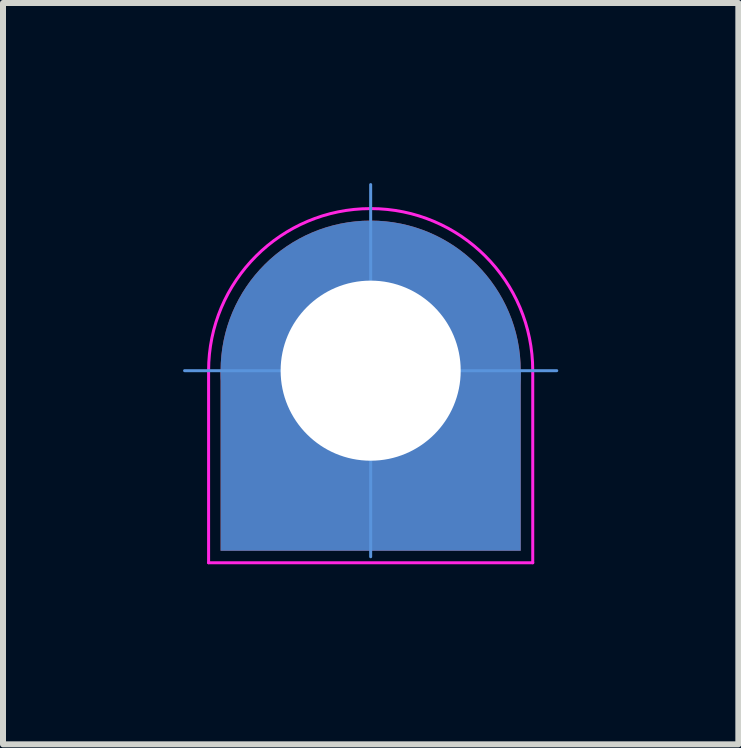
<source format=kicad_pcb>
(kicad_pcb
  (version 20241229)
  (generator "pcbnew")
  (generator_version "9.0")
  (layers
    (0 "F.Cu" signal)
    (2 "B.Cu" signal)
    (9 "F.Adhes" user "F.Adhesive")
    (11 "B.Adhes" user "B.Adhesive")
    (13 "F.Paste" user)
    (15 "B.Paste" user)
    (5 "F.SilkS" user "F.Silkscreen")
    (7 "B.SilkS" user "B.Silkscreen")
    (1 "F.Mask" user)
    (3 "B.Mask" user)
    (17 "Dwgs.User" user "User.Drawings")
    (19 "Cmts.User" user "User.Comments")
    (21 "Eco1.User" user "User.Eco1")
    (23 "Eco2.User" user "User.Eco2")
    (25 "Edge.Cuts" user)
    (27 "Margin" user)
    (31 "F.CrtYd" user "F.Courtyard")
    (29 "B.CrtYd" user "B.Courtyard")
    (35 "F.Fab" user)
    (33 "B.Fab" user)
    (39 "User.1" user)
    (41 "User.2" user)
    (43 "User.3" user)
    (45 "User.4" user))
  (footprint "Pad"
    (layer "F.Cu")
    (at 3.125 3.125)
    (property "Reference" "Pad" (at 0 0.125 0) (layer "F.Fab") (effects (font (size 0.1 0.1) (thickness 0.01))))
    (attr through_hole)
    (fp_line (start -3.1 0) (end 3.1 0) (stroke (width 0.05) (type solid)) (layer "Cmts.User"))
    (fp_line (start 0 -3.1) (end 0 3.1) (stroke (width 0.05) (type solid)) (layer "Cmts.User"))
    (fp_line (start -2.7 0) (end -2.7 3.2) (stroke (width 0.05) (type solid)) (layer "F.CrtYd"))
    (fp_line (start -2.7 3.2) (end 2.7 3.2) (stroke (width 0.05) (type solid)) (layer "F.CrtYd"))
    (fp_line (start 2.7 3.2) (end 2.7 0) (stroke (width 0.05) (type solid)) (layer "F.CrtYd"))
    (fp_arc (start -2.7 0) (mid 0 -2.7) (end 2.7 0) (stroke (width 0.05) (type solid)) (layer "F.CrtYd"))
    (fp_text user "${REFERENCE}" (at 0 0 180) (layer "Eco1.User") (effects (font (size 0.3 0.3) (thickness 0.03))))
    (pad "1" thru_hole circle (at 0 0) (size 5 5) (drill 3) (layers "*.Cu" "*.Mask"))
    (pad "1" smd rect (at 0 1.5) (size 5 3) (layers "F.Cu" "F.Mask"))
    (pad "1" smd rect (at 0 1.5) (size 5 3) (layers "*.Mask" "B.Cu")))
  (gr_rect
    (start -3 -3)
    (end 9.25 9.35)
    (stroke (width 0.1) (type default))
    (fill no)
    (layer "Edge.Cuts")))
</source>
